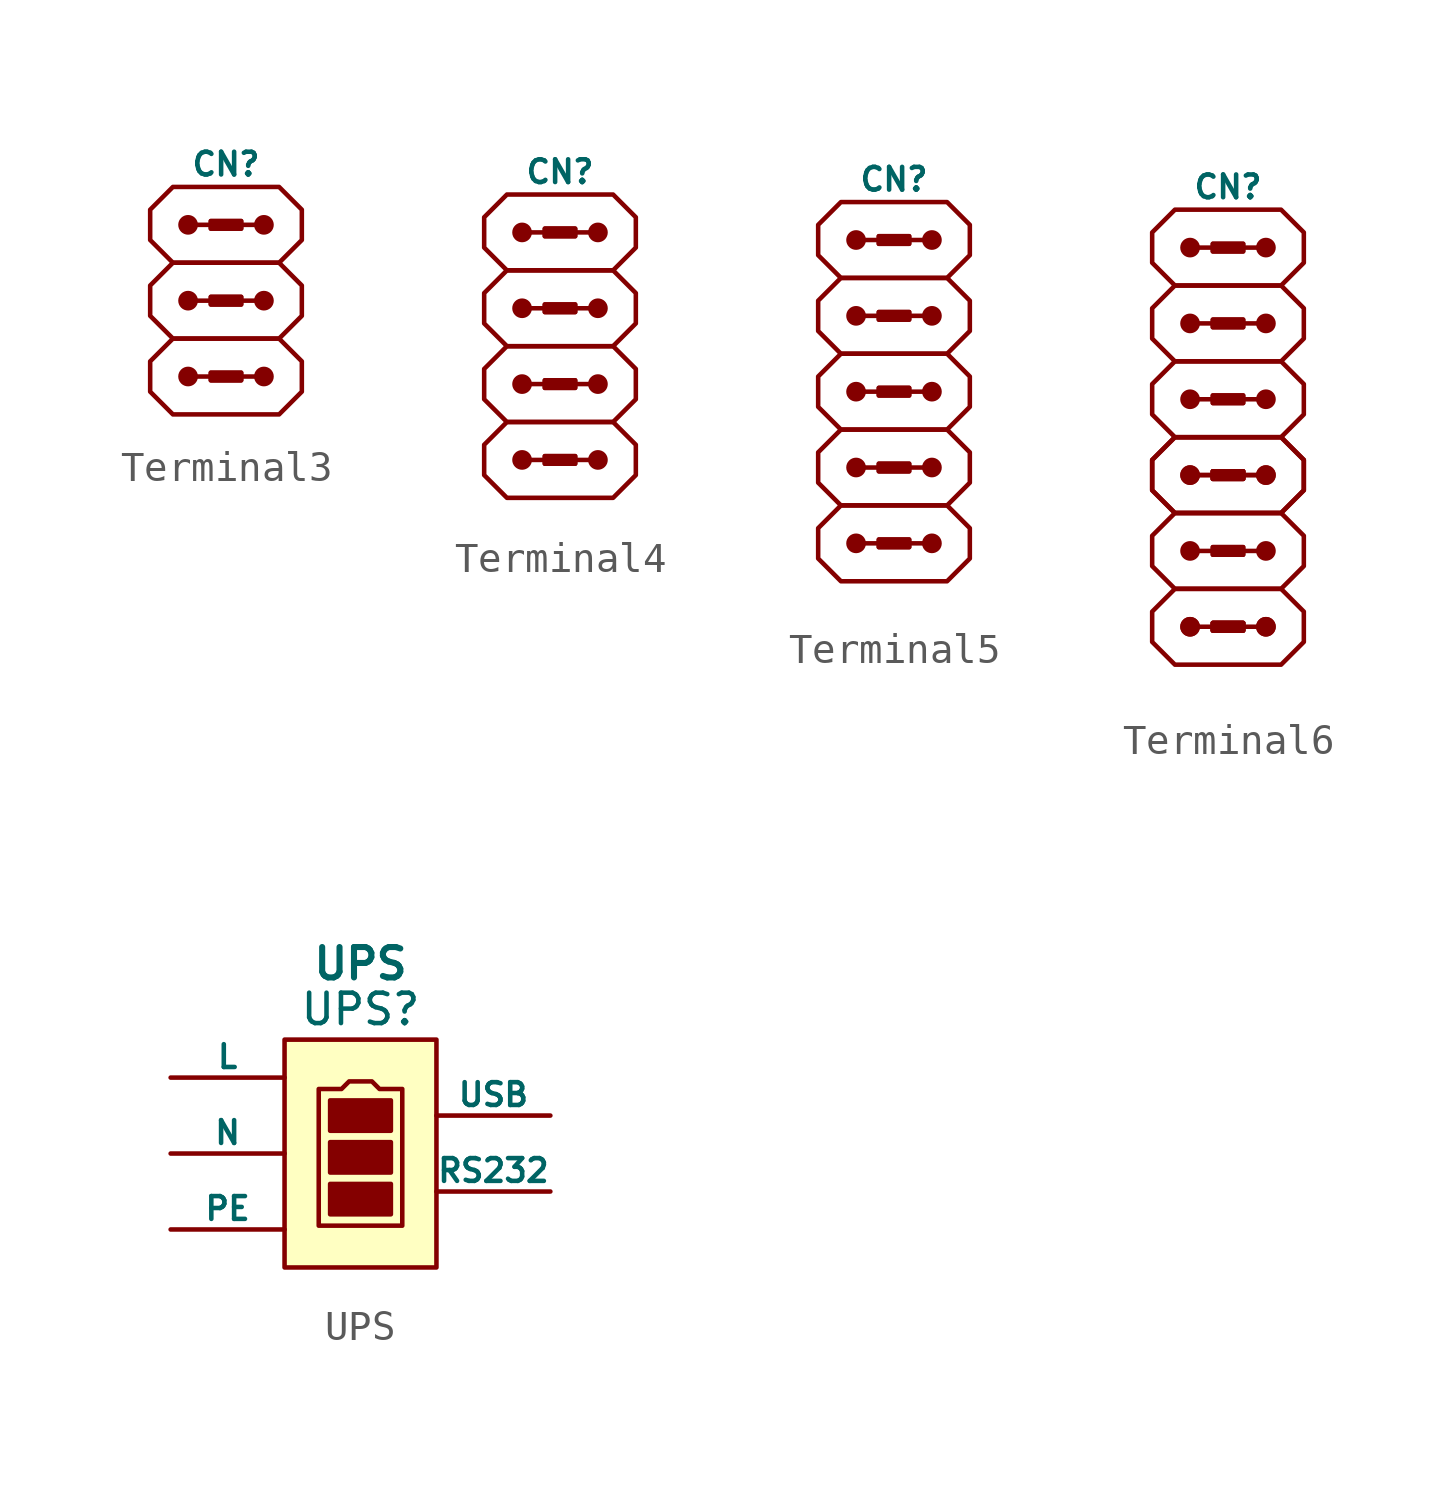
<source format=kicad_sym>
(kicad_symbol_lib
  (version 20231120)
  (generator "kicad_symbol_editor")
  (generator_version "8.0")
  (symbol "Terminal3"
    (pin_numbers hide)
    (pin_names
      (offset 0) hide)
    (property "Reference" "CN"
      (at 0 4.572 0)
      (effects (font (size 0.762 0.762))))
    (symbol "Terminal3_0_1"
      (circle (center -1.27 -2.54) (radius 0.254) (stroke (width 0) (type solid)) (fill (type outline)))
      (circle (center -1.27 0) (radius 0.254) (stroke (width 0) (type solid)) (fill (type outline)))
      (circle (center -1.27 2.54) (radius 0.254) (stroke (width 0) (type solid)) (fill (type outline)))
      (polyline (pts (xy -1.27 -2.54) (xy 1.27 -2.54)) (stroke (width 0) (type solid)) (fill (type none)))
      (polyline (pts (xy -1.27 0) (xy 1.27 0)) (stroke (width 0) (type solid)) (fill (type none)))
      (polyline (pts (xy -1.27 2.54) (xy 1.27 2.54)) (stroke (width 0) (type solid)) (fill (type none)))
      (polyline (pts (xy -1.778 -3.81) (xy -2.54 -3.048) (xy -2.54 -2.032) (xy -1.778 -1.27) (xy 1.778 -1.27) (xy 2.54 -2.032) (xy 2.54 -3.048) (xy 1.778 -3.81) (xy -1.778 -3.81)) (stroke (width 0) (type solid)) (fill (type none)))
      (polyline (pts (xy -1.778 -1.27) (xy -2.54 -0.508) (xy -2.54 0.508) (xy -1.778 1.27) (xy 1.778 1.27) (xy 2.54 0.508) (xy 2.54 -0.508) (xy 1.778 -1.27) (xy -1.778 -1.27)) (stroke (width 0) (type solid)) (fill (type none)))
      (polyline (pts (xy -1.778 1.27) (xy -2.54 2.032) (xy -2.54 3.048) (xy -1.778 3.81) (xy 1.778 3.81) (xy 2.54 3.048) (xy 2.54 2.032) (xy 1.778 1.27) (xy -1.778 1.27)) (stroke (width 0) (type solid)) (fill (type none)))
      (circle (center 1.27 -2.54) (radius 0.254) (stroke (width 0) (type solid)) (fill (type outline)))
      (circle (center 1.27 0) (radius 0.254) (stroke (width 0) (type solid)) (fill (type outline)))
      (circle (center 1.27 2.54) (radius 0.254) (stroke (width 0) (type solid)) (fill (type outline))))
    (symbol "Terminal3_1_1"
      (rectangle (start -0.508 -2.413) (end 0.508 -2.667) (stroke (width 0) (type solid)) (fill (type outline)))
      (rectangle (start -0.508 -2.413) (end 0.508 -2.667) (stroke (width 0) (type solid)) (fill (type outline)))
      (rectangle (start -0.508 0.127) (end 0.508 -0.127) (stroke (width 0) (type solid)) (fill (type outline)))
      (rectangle (start -0.508 0.127) (end 0.508 -0.127) (stroke (width 0) (type solid)) (fill (type outline)))
      (rectangle (start -0.508 2.667) (end 0.508 2.413) (stroke (width 0) (type solid)) (fill (type outline)))
      (rectangle (start -0.508 2.667) (end 0.508 2.413) (stroke (width 0) (type solid)) (fill (type outline)))
      (pin passive line (at -1.27 2.54 0) (length 0) (name "1" (effects (font (size 0.889 0.889)))) (number "1" (effects (font (size 0.889 0.889)))))
      (pin passive line (at 1.27 2.54 180) (length 0) (name "2" (effects (font (size 0.889 0.889)))) (number "2" (effects (font (size 0.889 0.889)))))
      (pin passive line (at -1.27 0 0) (length 0) (name "3" (effects (font (size 0.889 0.889)))) (number "3" (effects (font (size 0.889 0.889)))))
      (pin passive line (at 1.27 0 180) (length 0) (name "4" (effects (font (size 0.889 0.889)))) (number "4" (effects (font (size 0.889 0.889)))))
      (pin passive line (at -1.27 -2.54 0) (length 0) (name "5" (effects (font (size 0.889 0.889)))) (number "5" (effects (font (size 0.889 0.889)))))
      (pin passive line (at 1.27 -2.54 180) (length 0) (name "6" (effects (font (size 0.889 0.889)))) (number "6" (effects (font (size 0.889 0.889)))))))
  (symbol "Terminal4"
    (pin_numbers hide)
    (pin_names
      (offset 0) hide)
    (property "Reference" "CN"
      (at 0 5.842 0)
      (effects (font (size 0.762 0.762))))
    (symbol "Terminal4_0_1"
      (circle (center -1.27 -3.81) (radius 0.254) (stroke (width 0) (type solid)) (fill (type outline)))
      (circle (center -1.27 -1.27) (radius 0.254) (stroke (width 0) (type solid)) (fill (type outline)))
      (circle (center -1.27 1.27) (radius 0.254) (stroke (width 0) (type solid)) (fill (type outline)))
      (circle (center -1.27 3.81) (radius 0.254) (stroke (width 0) (type solid)) (fill (type outline)))
      (polyline (pts (xy -1.27 -3.81) (xy 1.27 -3.81)) (stroke (width 0) (type solid)) (fill (type none)))
      (polyline (pts (xy -1.27 -1.27) (xy 1.27 -1.27)) (stroke (width 0) (type solid)) (fill (type none)))
      (polyline (pts (xy -1.27 1.27) (xy 1.27 1.27)) (stroke (width 0) (type solid)) (fill (type none)))
      (polyline (pts (xy -1.27 3.81) (xy 1.27 3.81)) (stroke (width 0) (type solid)) (fill (type none)))
      (polyline (pts (xy -1.778 -5.08) (xy -2.54 -4.318) (xy -2.54 -3.302) (xy -1.778 -2.54) (xy 1.778 -2.54) (xy 2.54 -3.302) (xy 2.54 -4.318) (xy 1.778 -5.08) (xy -1.778 -5.08)) (stroke (width 0) (type solid)) (fill (type none)))
      (polyline (pts (xy -1.778 -2.54) (xy -2.54 -1.778) (xy -2.54 -0.762) (xy -1.778 0) (xy 1.778 0) (xy 2.54 -0.762) (xy 2.54 -1.778) (xy 1.778 -2.54) (xy -1.778 -2.54)) (stroke (width 0) (type solid)) (fill (type none)))
      (polyline (pts (xy -1.778 0) (xy -2.54 0.762) (xy -2.54 1.778) (xy -1.778 2.54) (xy 1.778 2.54) (xy 2.54 1.778) (xy 2.54 0.762) (xy 1.778 0) (xy -1.778 0)) (stroke (width 0) (type solid)) (fill (type none)))
      (polyline (pts (xy -1.778 2.54) (xy -2.54 3.302) (xy -2.54 4.318) (xy -1.778 5.08) (xy 1.778 5.08) (xy 2.54 4.318) (xy 2.54 3.302) (xy 1.778 2.54) (xy -1.778 2.54)) (stroke (width 0) (type solid)) (fill (type none)))
      (circle (center 1.27 -3.81) (radius 0.254) (stroke (width 0) (type solid)) (fill (type outline)))
      (circle (center 1.27 -1.27) (radius 0.254) (stroke (width 0) (type solid)) (fill (type outline)))
      (circle (center 1.27 1.27) (radius 0.254) (stroke (width 0) (type solid)) (fill (type outline)))
      (circle (center 1.27 3.81) (radius 0.254) (stroke (width 0) (type solid)) (fill (type outline))))
    (symbol "Terminal4_1_1"
      (rectangle (start -0.508 -3.683) (end 0.508 -3.937) (stroke (width 0) (type solid)) (fill (type outline)))
      (rectangle (start -0.508 -3.683) (end 0.508 -3.937) (stroke (width 0) (type solid)) (fill (type outline)))
      (rectangle (start -0.508 -1.143) (end 0.508 -1.397) (stroke (width 0) (type solid)) (fill (type outline)))
      (rectangle (start -0.508 -1.143) (end 0.508 -1.397) (stroke (width 0) (type solid)) (fill (type outline)))
      (rectangle (start -0.508 1.397) (end 0.508 1.143) (stroke (width 0) (type solid)) (fill (type outline)))
      (rectangle (start -0.508 1.397) (end 0.508 1.143) (stroke (width 0) (type solid)) (fill (type outline)))
      (rectangle (start -0.508 3.937) (end 0.508 3.683) (stroke (width 0) (type solid)) (fill (type outline)))
      (rectangle (start -0.508 3.937) (end 0.508 3.683) (stroke (width 0) (type solid)) (fill (type outline)))
      (pin passive line (at -1.27 3.81 0) (length 0) (name "1" (effects (font (size 0.889 0.889)))) (number "1" (effects (font (size 0.889 0.889)))))
      (pin passive line (at 1.27 3.81 180) (length 0) (name "2" (effects (font (size 0.889 0.889)))) (number "2" (effects (font (size 0.889 0.889)))))
      (pin passive line (at -1.27 1.27 0) (length 0) (name "3" (effects (font (size 0.889 0.889)))) (number "3" (effects (font (size 0.889 0.889)))))
      (pin passive line (at 1.27 1.27 180) (length 0) (name "4" (effects (font (size 0.889 0.889)))) (number "4" (effects (font (size 0.889 0.889)))))
      (pin passive line (at -1.27 -1.27 0) (length 0) (name "5" (effects (font (size 0.889 0.889)))) (number "5" (effects (font (size 0.889 0.889)))))
      (pin passive line (at 1.27 -1.27 180) (length 0) (name "6" (effects (font (size 0.889 0.889)))) (number "6" (effects (font (size 0.889 0.889)))))
      (pin passive line (at -1.27 -3.81 0) (length 0) (name "7" (effects (font (size 0.889 0.889)))) (number "7" (effects (font (size 0.889 0.889)))))
      (pin passive line (at 1.27 -3.81 180) (length 0) (name "8" (effects (font (size 0.889 0.889)))) (number "8" (effects (font (size 0.889 0.889)))))))
  (symbol "Terminal5"
    (pin_numbers hide)
    (pin_names
      (offset 0) hide)
    (property "Reference" "CN"
      (at 0 7.112 0)
      (effects (font (size 0.762 0.762))))
    (symbol "Terminal5_0_1"
      (circle (center -1.27 -5.08) (radius 0.254) (stroke (width 0) (type solid)) (fill (type outline)))
      (circle (center -1.27 -2.54) (radius 0.254) (stroke (width 0) (type solid)) (fill (type outline)))
      (circle (center -1.27 0) (radius 0.254) (stroke (width 0) (type solid)) (fill (type outline)))
      (circle (center -1.27 2.54) (radius 0.254) (stroke (width 0) (type solid)) (fill (type outline)))
      (circle (center -1.27 5.08) (radius 0.254) (stroke (width 0) (type solid)) (fill (type outline)))
      (polyline (pts (xy -1.27 -5.08) (xy 1.27 -5.08)) (stroke (width 0) (type solid)) (fill (type none)))
      (polyline (pts (xy -1.27 -2.54) (xy 1.27 -2.54)) (stroke (width 0) (type solid)) (fill (type none)))
      (polyline (pts (xy -1.27 0) (xy 1.27 0)) (stroke (width 0) (type solid)) (fill (type none)))
      (polyline (pts (xy -1.27 2.54) (xy 1.27 2.54)) (stroke (width 0) (type solid)) (fill (type none)))
      (polyline (pts (xy -1.27 5.08) (xy 1.27 5.08)) (stroke (width 0) (type solid)) (fill (type none)))
      (polyline (pts (xy -1.778 -6.35) (xy -2.54 -5.588) (xy -2.54 -4.572) (xy -1.778 -3.81) (xy 1.778 -3.81) (xy 2.54 -4.572) (xy 2.54 -5.588) (xy 1.778 -6.35) (xy -1.778 -6.35)) (stroke (width 0) (type solid)) (fill (type none)))
      (polyline (pts (xy -1.778 -3.81) (xy -2.54 -3.048) (xy -2.54 -2.032) (xy -1.778 -1.27) (xy 1.778 -1.27) (xy 2.54 -2.032) (xy 2.54 -3.048) (xy 1.778 -3.81) (xy -1.778 -3.81)) (stroke (width 0) (type solid)) (fill (type none)))
      (polyline (pts (xy -1.778 -1.27) (xy -2.54 -0.508) (xy -2.54 0.508) (xy -1.778 1.27) (xy 1.778 1.27) (xy 2.54 0.508) (xy 2.54 -0.508) (xy 1.778 -1.27) (xy -1.778 -1.27)) (stroke (width 0) (type solid)) (fill (type none)))
      (polyline (pts (xy -1.778 1.27) (xy -2.54 2.032) (xy -2.54 3.048) (xy -1.778 3.81) (xy 1.778 3.81) (xy 2.54 3.048) (xy 2.54 2.032) (xy 1.778 1.27) (xy -1.778 1.27)) (stroke (width 0) (type solid)) (fill (type none)))
      (polyline (pts (xy -1.778 3.81) (xy -2.54 4.572) (xy -2.54 5.588) (xy -1.778 6.35) (xy 1.778 6.35) (xy 2.54 5.588) (xy 2.54 4.572) (xy 1.778 3.81) (xy -1.778 3.81)) (stroke (width 0) (type solid)) (fill (type none)))
      (circle (center 1.27 -5.08) (radius 0.254) (stroke (width 0) (type solid)) (fill (type outline)))
      (circle (center 1.27 -2.54) (radius 0.254) (stroke (width 0) (type solid)) (fill (type outline)))
      (circle (center 1.27 0) (radius 0.254) (stroke (width 0) (type solid)) (fill (type outline)))
      (circle (center 1.27 2.54) (radius 0.254) (stroke (width 0) (type solid)) (fill (type outline)))
      (circle (center 1.27 5.08) (radius 0.254) (stroke (width 0) (type solid)) (fill (type outline))))
    (symbol "Terminal5_1_1"
      (rectangle (start -0.508 -4.953) (end 0.508 -5.207) (stroke (width 0) (type solid)) (fill (type outline)))
      (rectangle (start -0.508 -4.953) (end 0.508 -5.207) (stroke (width 0) (type solid)) (fill (type outline)))
      (rectangle (start -0.508 -2.413) (end 0.508 -2.667) (stroke (width 0) (type solid)) (fill (type outline)))
      (rectangle (start -0.508 -2.413) (end 0.508 -2.667) (stroke (width 0) (type solid)) (fill (type outline)))
      (rectangle (start -0.508 0.127) (end 0.508 -0.127) (stroke (width 0) (type solid)) (fill (type outline)))
      (rectangle (start -0.508 0.127) (end 0.508 -0.127) (stroke (width 0) (type solid)) (fill (type outline)))
      (rectangle (start -0.508 2.667) (end 0.508 2.413) (stroke (width 0) (type solid)) (fill (type outline)))
      (rectangle (start -0.508 2.667) (end 0.508 2.413) (stroke (width 0) (type solid)) (fill (type outline)))
      (rectangle (start -0.508 5.207) (end 0.508 4.953) (stroke (width 0) (type solid)) (fill (type outline)))
      (rectangle (start -0.508 5.207) (end 0.508 4.953) (stroke (width 0) (type solid)) (fill (type outline)))
      (pin passive line (at -1.27 5.08 0) (length 0) (name "1" (effects (font (size 0.889 0.889)))) (number "1" (effects (font (size 0.889 0.889)))))
      (pin passive line (at 1.27 5.08 180) (length 0) (name "2" (effects (font (size 0.889 0.889)))) (number "2" (effects (font (size 0.889 0.889)))))
      (pin passive line (at -1.27 2.54 0) (length 0) (name "3" (effects (font (size 0.889 0.889)))) (number "3" (effects (font (size 0.889 0.889)))))
      (pin passive line (at 1.27 2.54 180) (length 0) (name "4" (effects (font (size 0.889 0.889)))) (number "4" (effects (font (size 0.889 0.889)))))
      (pin passive line (at -1.27 0 0) (length 0) (name "5" (effects (font (size 0.889 0.889)))) (number "5" (effects (font (size 0.889 0.889)))))
      (pin passive line (at 1.27 0 180) (length 0) (name "6" (effects (font (size 0.889 0.889)))) (number "6" (effects (font (size 0.889 0.889)))))
      (pin passive line (at -1.27 -2.54 0) (length 0) (name "7" (effects (font (size 0.889 0.889)))) (number "7" (effects (font (size 0.889 0.889)))))
      (pin passive line (at -1.27 -5.08 0) (length 0) (name "8" (effects (font (size 0.889 0.889)))) (number "8" (effects (font (size 0.889 0.889)))))
      (pin passive line (at 1.27 -2.54 180) (length 0) (name "8" (effects (font (size 0.889 0.889)))) (number "8" (effects (font (size 0.889 0.889)))))
      (pin passive line (at 1.27 -5.08 180) (length 0) (name "9" (effects (font (size 0.889 0.889)))) (number "9" (effects (font (size 0.889 0.889)))))))
  (symbol "Terminal6"
    (pin_numbers hide)
    (pin_names
      (offset 0) hide)
    (property "Reference" "CN"
      (at 0 8.382 0)
      (effects (font (size 0.762 0.762))))
    (symbol "Terminal6_0_1"
      (circle (center -1.27 -6.35) (radius 0.254) (stroke (width 0) (type solid)) (fill (type outline)))
      (circle (center -1.27 -6.35) (radius 0.254) (stroke (width 0) (type solid)) (fill (type outline)))
      (circle (center -1.27 -3.81) (radius 0.254) (stroke (width 0) (type solid)) (fill (type outline)))
      (circle (center -1.27 -1.27) (radius 0.254) (stroke (width 0) (type solid)) (fill (type outline)))
      (circle (center -1.27 -1.27) (radius 0.254) (stroke (width 0) (type solid)) (fill (type outline)))
      (circle (center -1.27 1.27) (radius 0.254) (stroke (width 0) (type solid)) (fill (type outline)))
      (circle (center -1.27 3.81) (radius 0.254) (stroke (width 0) (type solid)) (fill (type outline)))
      (circle (center -1.27 6.35) (radius 0.254) (stroke (width 0) (type solid)) (fill (type outline)))
      (polyline (pts (xy -1.27 -6.35) (xy 1.27 -6.35)) (stroke (width 0) (type solid)) (fill (type none)))
      (polyline (pts (xy -1.27 -3.81) (xy 1.27 -3.81)) (stroke (width 0) (type solid)) (fill (type none)))
      (polyline (pts (xy -1.27 -1.27) (xy 1.27 -1.27)) (stroke (width 0) (type solid)) (fill (type none)))
      (polyline (pts (xy -1.27 -1.27) (xy 1.27 -1.27)) (stroke (width 0) (type solid)) (fill (type none)))
      (polyline (pts (xy -1.27 1.27) (xy 1.27 1.27)) (stroke (width 0) (type solid)) (fill (type none)))
      (polyline (pts (xy -1.27 3.81) (xy 1.27 3.81)) (stroke (width 0) (type solid)) (fill (type none)))
      (polyline (pts (xy -1.27 6.35) (xy 1.27 6.35)) (stroke (width 0) (type solid)) (fill (type none)))
      (polyline (pts (xy -1.778 -7.62) (xy -2.54 -6.858) (xy -2.54 -5.842) (xy -1.778 -5.08) (xy 1.778 -5.08) (xy 2.54 -5.842) (xy 2.54 -6.858) (xy 1.778 -7.62) (xy -1.778 -7.62)) (stroke (width 0) (type solid)) (fill (type none)))
      (polyline (pts (xy -1.778 -5.08) (xy -2.54 -4.318) (xy -2.54 -3.302) (xy -1.778 -2.54) (xy 1.778 -2.54) (xy 2.54 -3.302) (xy 2.54 -4.318) (xy 1.778 -5.08) (xy -1.778 -5.08)) (stroke (width 0) (type solid)) (fill (type none)))
      (polyline (pts (xy -1.778 -2.54) (xy -2.54 -1.778) (xy -2.54 -0.762) (xy -1.778 0) (xy 1.778 0) (xy 2.54 -0.762) (xy 2.54 -1.778) (xy 1.778 -2.54) (xy -1.778 -2.54)) (stroke (width 0) (type solid)) (fill (type none)))
      (polyline (pts (xy -1.778 -2.54) (xy -2.54 -1.778) (xy -2.54 -0.762) (xy -1.778 0) (xy 1.778 0) (xy 2.54 -0.762) (xy 2.54 -1.778) (xy 1.778 -2.54) (xy -1.778 -2.54)) (stroke (width 0) (type solid)) (fill (type none)))
      (polyline (pts (xy -1.778 0) (xy -2.54 0.762) (xy -2.54 1.778) (xy -1.778 2.54) (xy 1.778 2.54) (xy 2.54 1.778) (xy 2.54 0.762) (xy 1.778 0) (xy -1.778 0)) (stroke (width 0) (type solid)) (fill (type none)))
      (polyline (pts (xy -1.778 2.54) (xy -2.54 3.302) (xy -2.54 4.318) (xy -1.778 5.08) (xy 1.778 5.08) (xy 2.54 4.318) (xy 2.54 3.302) (xy 1.778 2.54) (xy -1.778 2.54)) (stroke (width 0) (type solid)) (fill (type none)))
      (polyline (pts (xy -1.778 5.08) (xy -2.54 5.842) (xy -2.54 6.858) (xy -1.778 7.62) (xy 1.778 7.62) (xy 2.54 6.858) (xy 2.54 5.842) (xy 1.778 5.08) (xy -1.778 5.08)) (stroke (width 0) (type solid)) (fill (type none)))
      (circle (center 1.27 -6.35) (radius 0.254) (stroke (width 0) (type solid)) (fill (type outline)))
      (circle (center 1.27 -6.35) (radius 0.254) (stroke (width 0) (type solid)) (fill (type outline)))
      (circle (center 1.27 -3.81) (radius 0.254) (stroke (width 0) (type solid)) (fill (type outline)))
      (circle (center 1.27 -1.27) (radius 0.254) (stroke (width 0) (type solid)) (fill (type outline)))
      (circle (center 1.27 -1.27) (radius 0.254) (stroke (width 0) (type solid)) (fill (type outline)))
      (circle (center 1.27 1.27) (radius 0.254) (stroke (width 0) (type solid)) (fill (type outline)))
      (circle (center 1.27 3.81) (radius 0.254) (stroke (width 0) (type solid)) (fill (type outline)))
      (circle (center 1.27 6.35) (radius 0.254) (stroke (width 0) (type solid)) (fill (type outline))))
    (symbol "Terminal6_1_1"
      (rectangle (start -0.508 -6.223) (end 0.508 -6.477) (stroke (width 0) (type solid)) (fill (type outline)))
      (rectangle (start -0.508 -6.223) (end 0.508 -6.477) (stroke (width 0) (type solid)) (fill (type outline)))
      (rectangle (start -0.508 -6.223) (end 0.508 -6.477) (stroke (width 0) (type solid)) (fill (type outline)))
      (rectangle (start -0.508 -6.223) (end 0.508 -6.477) (stroke (width 0) (type solid)) (fill (type outline)))
      (rectangle (start -0.508 -3.683) (end 0.508 -3.937) (stroke (width 0) (type solid)) (fill (type outline)))
      (rectangle (start -0.508 -3.683) (end 0.508 -3.937) (stroke (width 0) (type solid)) (fill (type outline)))
      (rectangle (start -0.508 -1.143) (end 0.508 -1.397) (stroke (width 0) (type solid)) (fill (type outline)))
      (rectangle (start -0.508 -1.143) (end 0.508 -1.397) (stroke (width 0) (type solid)) (fill (type outline)))
      (rectangle (start -0.508 -1.143) (end 0.508 -1.397) (stroke (width 0) (type solid)) (fill (type outline)))
      (rectangle (start -0.508 -1.143) (end 0.508 -1.397) (stroke (width 0) (type solid)) (fill (type outline)))
      (rectangle (start -0.508 1.397) (end 0.508 1.143) (stroke (width 0) (type solid)) (fill (type outline)))
      (rectangle (start -0.508 1.397) (end 0.508 1.143) (stroke (width 0) (type solid)) (fill (type outline)))
      (rectangle (start -0.508 3.937) (end 0.508 3.683) (stroke (width 0) (type solid)) (fill (type outline)))
      (rectangle (start -0.508 3.937) (end 0.508 3.683) (stroke (width 0) (type solid)) (fill (type outline)))
      (rectangle (start -0.508 6.477) (end 0.508 6.223) (stroke (width 0) (type solid)) (fill (type outline)))
      (rectangle (start -0.508 6.477) (end 0.508 6.223) (stroke (width 0) (type solid)) (fill (type outline)))
      (pin passive line (at -1.27 6.35 0) (length 0) (name "1" (effects (font (size 0.889 0.889)))) (number "1" (effects (font (size 0.889 0.889)))))
      (pin passive line (at 1.27 -3.81 180) (length 0) (name "10" (effects (font (size 0.889 0.889)))) (number "10" (effects (font (size 0.889 0.889)))))
      (pin passive line (at -1.27 -6.35 0) (length 0) (name "11" (effects (font (size 0.889 0.889)))) (number "11" (effects (font (size 0.889 0.889)))))
      (pin passive line (at 1.27 -6.35 180) (length 0) (name "12" (effects (font (size 0.889 0.889)))) (number "12" (effects (font (size 0.889 0.889)))))
      (pin passive line (at 1.27 6.35 180) (length 0) (name "2" (effects (font (size 0.889 0.889)))) (number "2" (effects (font (size 0.889 0.889)))))
      (pin passive line (at -1.27 3.81 0) (length 0) (name "3" (effects (font (size 0.889 0.889)))) (number "3" (effects (font (size 0.889 0.889)))))
      (pin passive line (at 1.27 3.81 180) (length 0) (name "4" (effects (font (size 0.889 0.889)))) (number "4" (effects (font (size 0.889 0.889)))))
      (pin passive line (at -1.27 1.27 0) (length 0) (name "5" (effects (font (size 0.889 0.889)))) (number "5" (effects (font (size 0.889 0.889)))))
      (pin passive line (at 1.27 1.27 180) (length 0) (name "6" (effects (font (size 0.889 0.889)))) (number "6" (effects (font (size 0.889 0.889)))))
      (pin passive line (at -1.27 -1.27 0) (length 0) (name "7" (effects (font (size 0.889 0.889)))) (number "7" (effects (font (size 0.889 0.889)))))
      (pin passive line (at -1.27 -1.27 0) (length 0) (name "7" (effects (font (size 0.889 0.889)))) (number "7" (effects (font (size 0.889 0.889)))))
      (pin passive line (at 1.27 -1.27 180) (length 0) (name "8" (effects (font (size 0.889 0.889)))) (number "8" (effects (font (size 0.889 0.889)))))
      (pin passive line (at 1.27 -1.27 180) (length 0) (name "8" (effects (font (size 0.889 0.889)))) (number "8" (effects (font (size 0.889 0.889)))))
      (pin passive line (at -1.27 -3.81 0) (length 0) (name "9" (effects (font (size 0.889 0.889)))) (number "9" (effects (font (size 0.889 0.889)))))))
  (symbol "UPS"
    (pin_numbers hide)
    (pin_names
      (offset 0))
    (property "Reference" "UPS"
      (at 0 4.826 0)
      (effects (font (size 1.016 1.016))))
    (property "Value" "UPS"
      (at 0 6.35 0)
      (effects (font (size 1.016 1.016) (bold yes))))
    (symbol "UPS_0_1"
      (rectangle (start -2.54 3.81) (end 2.54 -3.81) (stroke (width 0) (type solid)) (fill (type background))))
    (symbol "UPS_1_1"
      (rectangle (start -1.016 -2.032) (end 1.016 -1.016) (stroke (width 0) (type solid)) (fill (type outline)))
      (rectangle (start -1.016 -0.635) (end 1.016 0.381) (stroke (width 0) (type solid)) (fill (type outline)))
      (rectangle (start -1.016 0.762) (end 1.016 1.778) (stroke (width 0) (type solid)) (fill (type outline)))
      (polyline (pts (xy -1.397 -2.413) (xy -1.397 2.159) (xy -0.635 2.159) (xy -0.381 2.413) (xy 0.381 2.413) (xy 0.635 2.159) (xy 1.397 2.159) (xy 1.397 -2.413) (xy -1.397 -2.413)) (stroke (width 0) (type solid)) (fill (type none)))
      (pin passive line (at -6.35 2.54 0) (length 3.81) (name "L" (effects (font (size 0.762 0.762)))) (number "3" (effects (font (size 0.762 0.762)))))
      (pin passive line (at -6.35 0 0) (length 3.81) (name "N" (effects (font (size 0.762 0.762)))) (number "4" (effects (font (size 0.762 0.762)))))
      (pin passive line (at -6.35 -2.54 0) (length 3.81) (name "PE" (effects (font (size 0.762 0.762)))) (number "4" (effects (font (size 0.762 0.762)))))
      (pin passive line (at 6.35 -1.27 180) (length 3.81) (name "RS232" (effects (font (size 0.762 0.762)))) (number "4" (effects (font (size 0.762 0.762)))))
      (pin passive line (at 6.35 1.27 180) (length 3.81) (name "USB" (effects (font (size 0.762 0.762)))) (number "4" (effects (font (size 0.762 0.762))))))))
</source>
